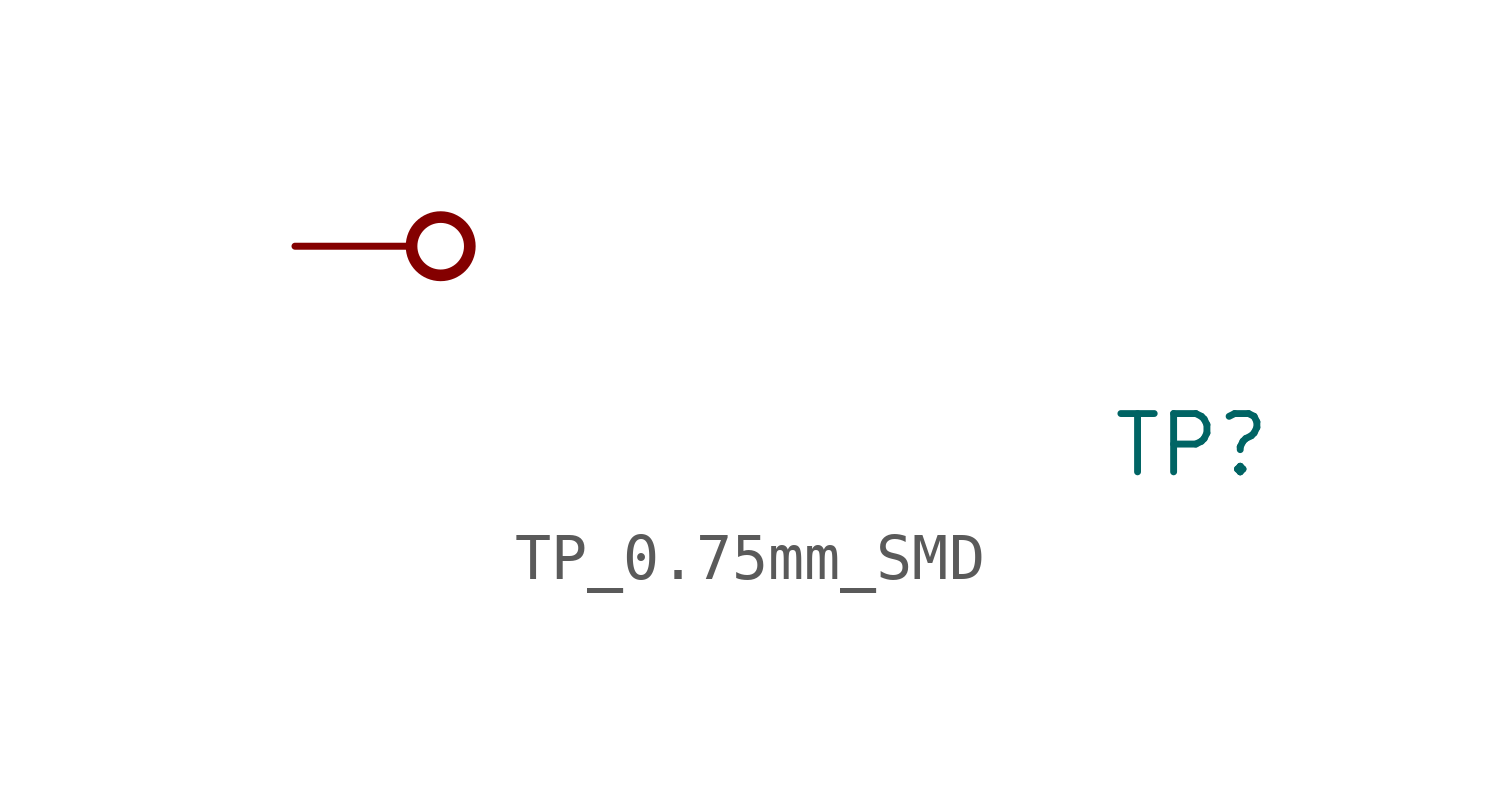
<source format=kicad_sym>
(kicad_symbol_lib
  (version 20211014)
  (generator kicad_symbol_editor)
  (symbol "TP_0.75mm_SMD"
    (pin_numbers hide)
    (pin_names hide)
    (property "Reference" "TP"
      (at 17.78 -5.08 0)
      (effects (font (size 1.27 1.27) (thickness 0.15)) (justify left bottom)))
    (symbol "TP_0.75mm_SMD_1_1"
      (circle (center 3.175 0) (radius 0.635) (stroke (width 0.254) (type default) (color 0 0 0 0)) (fill (type none)))
      (pin passive line (at 0 0 0) (length 2.54) (name "1" (effects (font (size 1.27 1.27)))) (number "1" (effects (font (size 1.27 1.27))))))))
</source>
